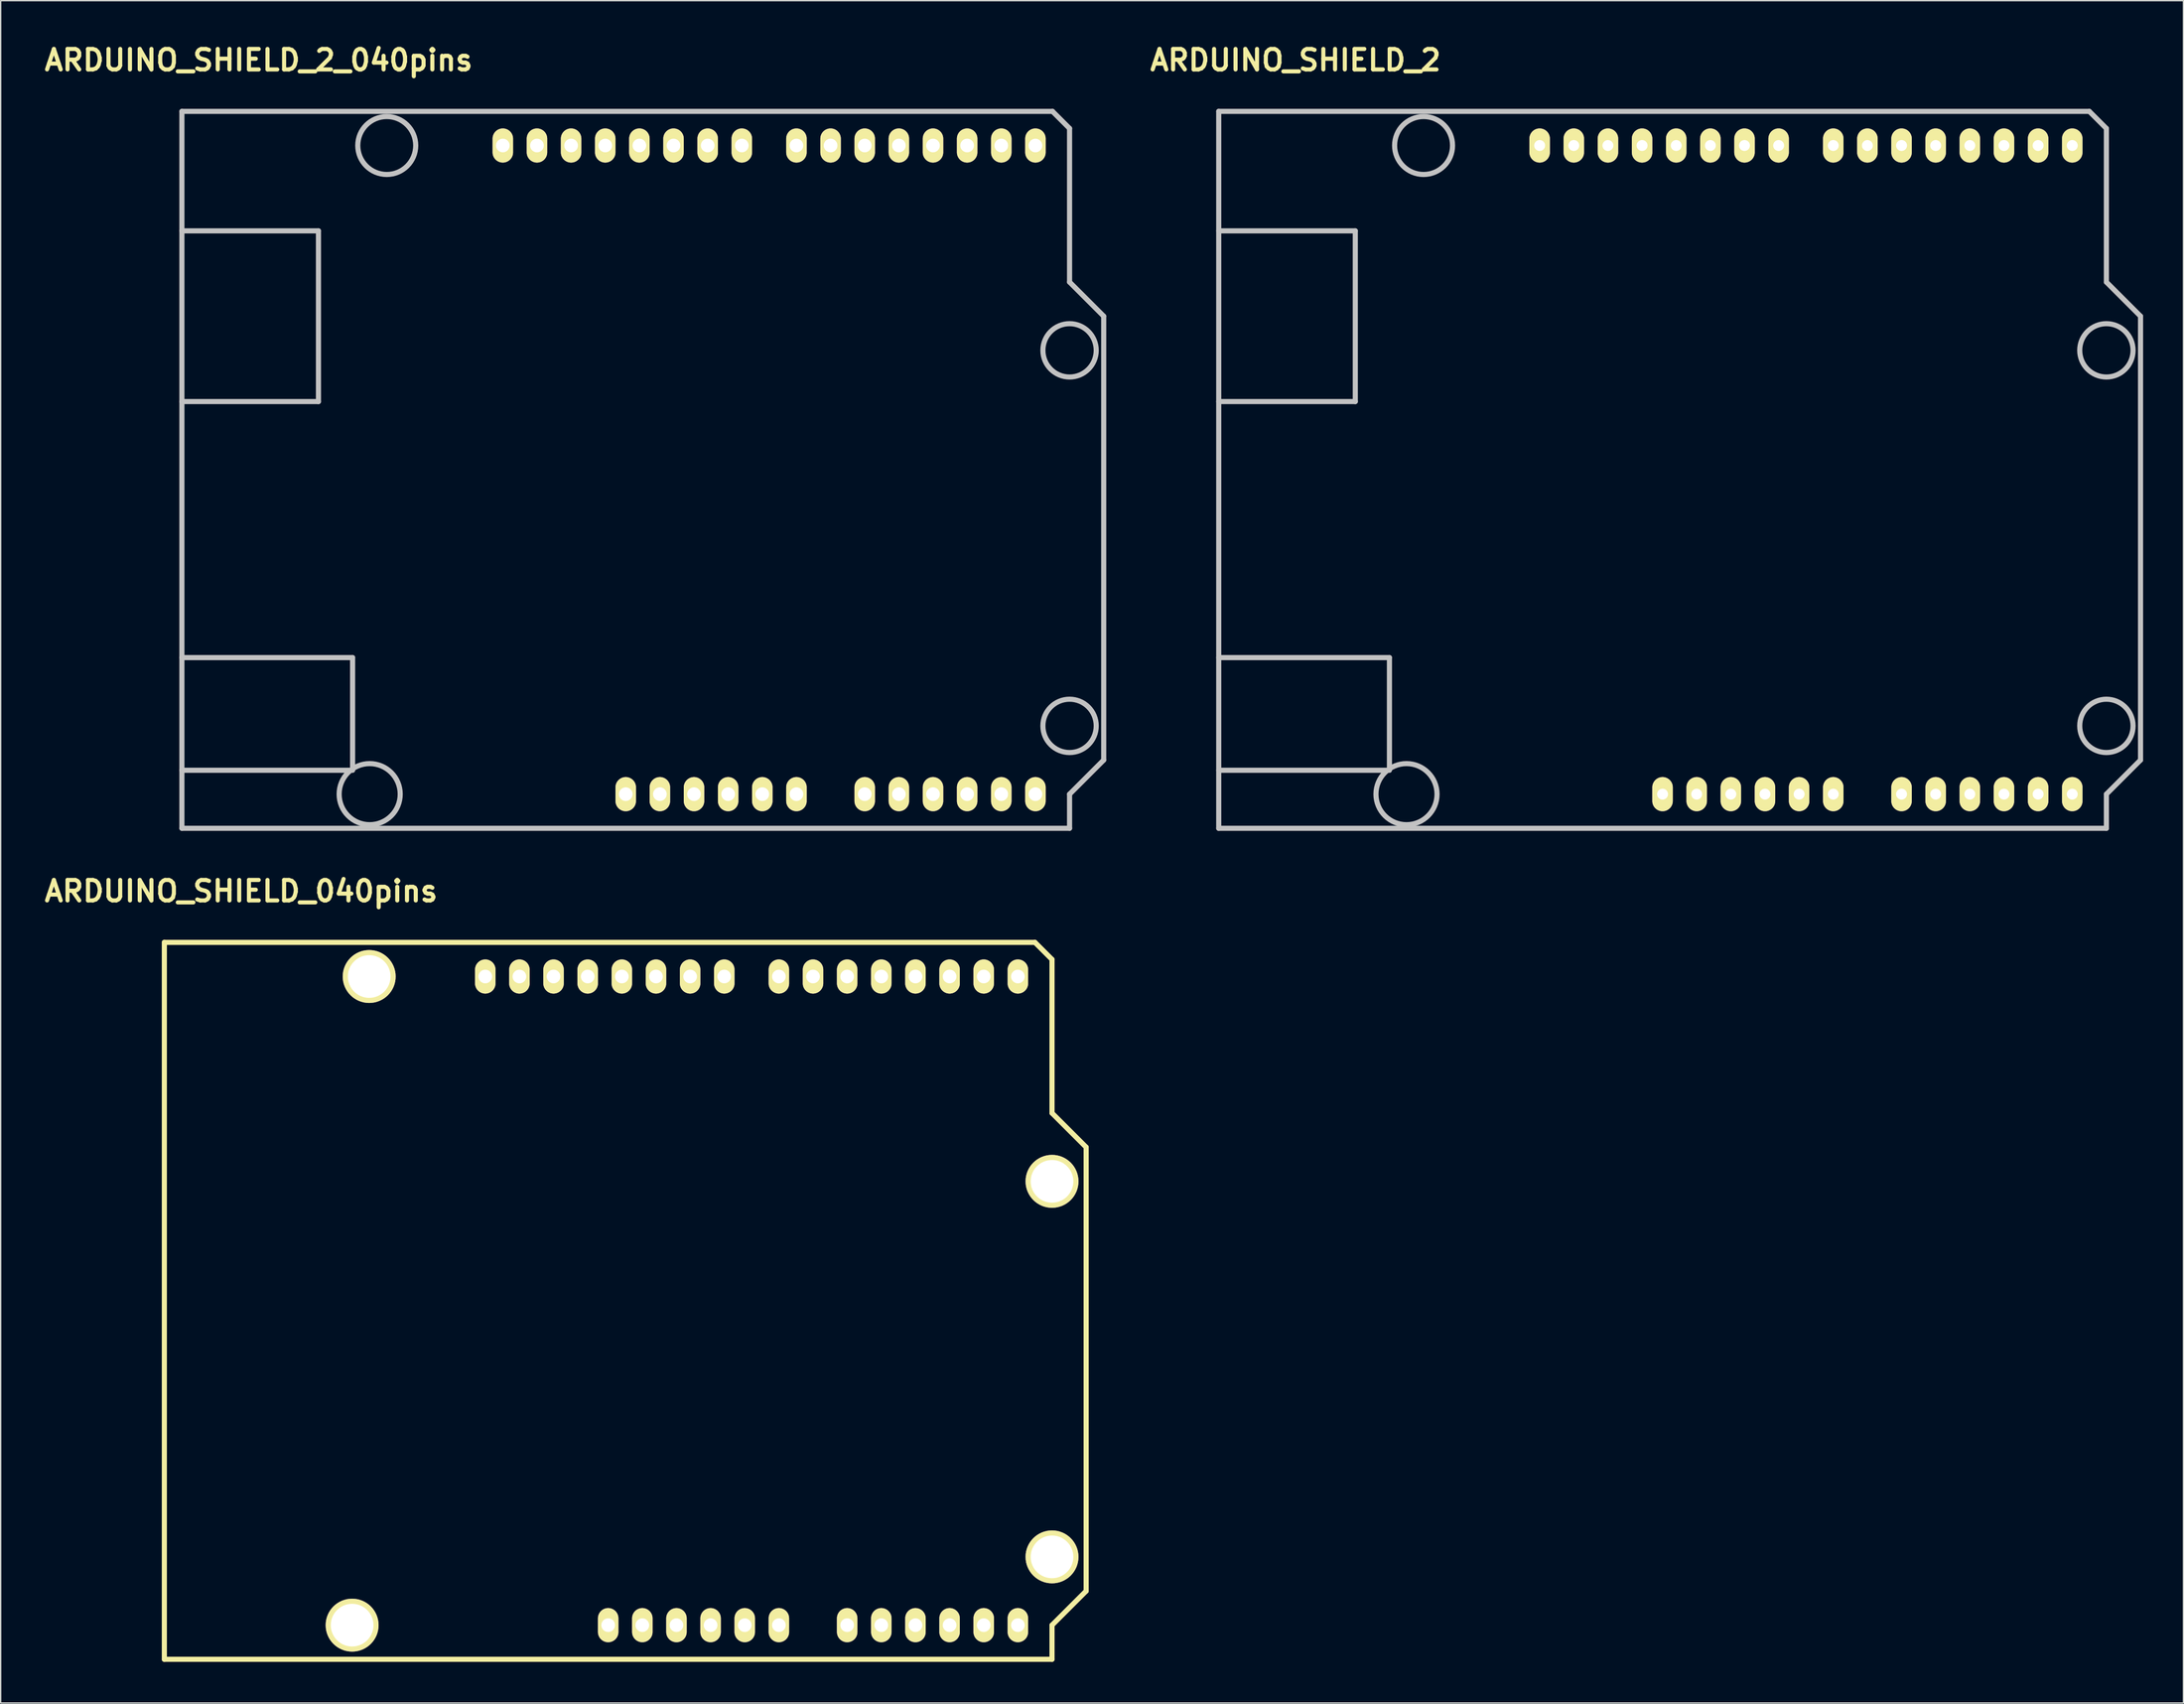
<source format=kicad_pcb>
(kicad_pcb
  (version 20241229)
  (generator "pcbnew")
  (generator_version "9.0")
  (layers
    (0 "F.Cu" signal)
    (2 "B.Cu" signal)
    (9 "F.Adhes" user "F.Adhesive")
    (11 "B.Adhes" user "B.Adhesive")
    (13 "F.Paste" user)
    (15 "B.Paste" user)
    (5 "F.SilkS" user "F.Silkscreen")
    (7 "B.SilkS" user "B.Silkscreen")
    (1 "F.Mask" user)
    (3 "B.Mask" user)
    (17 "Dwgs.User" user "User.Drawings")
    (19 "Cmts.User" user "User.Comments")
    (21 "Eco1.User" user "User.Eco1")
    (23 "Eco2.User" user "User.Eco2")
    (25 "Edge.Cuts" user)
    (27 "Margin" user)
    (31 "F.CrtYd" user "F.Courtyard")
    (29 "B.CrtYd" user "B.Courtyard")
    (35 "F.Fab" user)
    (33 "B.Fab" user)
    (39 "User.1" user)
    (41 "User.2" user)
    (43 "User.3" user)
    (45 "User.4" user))
  (footprint "ARDUINO_SHIELD_2_040pins"
    (layer "F.Cu")
    (at 10.483 58.576)
    (property "Reference" "ARDUINO_SHIELD_2_040pins" (at 5.715 -57.15 0) (layer "F.SilkS") (effects (font (size 1.524 1.524) (thickness 0.305))))
    (attr through_hole)
    (fp_line (start 0 -44.45) (end 10.16 -44.45) (stroke (width 0.381) (type solid)) (layer "Dwgs.User"))
    (fp_line (start 0 -12.7) (end 12.7 -12.7) (stroke (width 0.381) (type solid)) (layer "Dwgs.User"))
    (fp_line (start 0 0) (end 0 -53.34) (stroke (width 0.381) (type solid)) (layer "Dwgs.User"))
    (fp_line (start 10.16 -44.45) (end 10.16 -31.75) (stroke (width 0.381) (type solid)) (layer "Dwgs.User"))
    (fp_line (start 10.16 -31.75) (end 0 -31.75) (stroke (width 0.381) (type solid)) (layer "Dwgs.User"))
    (fp_line (start 12.7 -12.7) (end 12.7 -4.572) (stroke (width 0.381) (type solid)) (layer "Dwgs.User"))
    (fp_line (start 12.7 -4.318) (end 0 -4.318) (stroke (width 0.381) (type solid)) (layer "Dwgs.User"))
    (fp_line (start 64.77 -53.34) (end 0 -53.34) (stroke (width 0.381) (type solid)) (layer "Dwgs.User"))
    (fp_line (start 66.04 -52.07) (end 64.77 -53.34) (stroke (width 0.381) (type solid)) (layer "Dwgs.User"))
    (fp_line (start 66.04 -40.64) (end 66.04 -52.07) (stroke (width 0.381) (type solid)) (layer "Dwgs.User"))
    (fp_line (start 66.04 -40.64) (end 68.58 -38.1) (stroke (width 0.381) (type solid)) (layer "Dwgs.User"))
    (fp_line (start 66.04 -2.54) (end 66.04 0) (stroke (width 0.381) (type solid)) (layer "Dwgs.User"))
    (fp_line (start 66.04 0) (end 0 0) (stroke (width 0.381) (type solid)) (layer "Dwgs.User"))
    (fp_line (start 68.58 -38.1) (end 68.58 -5.08) (stroke (width 0.381) (type solid)) (layer "Dwgs.User"))
    (fp_line (start 68.58 -5.08) (end 66.04 -2.54) (stroke (width 0.381) (type solid)) (layer "Dwgs.User"))
    (fp_circle (center 13.97 -2.54) (end 16.002 -1.524) (stroke (width 0.381) (type solid)) (fill no) (layer "Dwgs.User"))
    (fp_circle (center 15.24 -50.8) (end 16.764 -49.276) (stroke (width 0.381) (type solid)) (fill no) (layer "Dwgs.User"))
    (fp_circle (center 66.04 -35.56) (end 67.31 -34.036) (stroke (width 0.381) (type solid)) (fill no) (layer "Dwgs.User"))
    (fp_circle (center 66.04 -7.62) (end 67.31 -6.096) (stroke (width 0.381) (type solid)) (fill no) (layer "Dwgs.User"))
    (pad "0" thru_hole oval (at 63.5 -50.8 90) (size 2.54 1.524) (drill 1.016) (layers "*.Cu" "*.Mask" "F.SilkS"))
    (pad "1" thru_hole oval (at 60.96 -50.8 90) (size 2.54 1.524) (drill 1.016) (layers "*.Cu" "*.Mask" "F.SilkS"))
    (pad "2" thru_hole oval (at 58.42 -50.8 90) (size 2.54 1.524) (drill 1.016) (layers "*.Cu" "*.Mask" "F.SilkS"))
    (pad "3" thru_hole oval (at 55.88 -50.8 90) (size 2.54 1.524) (drill 1.016) (layers "*.Cu" "*.Mask" "F.SilkS"))
    (pad "3V3" thru_hole oval (at 35.56 -2.54 90) (size 2.54 1.524) (drill 1.016) (layers "*.Cu" "*.Mask" "F.SilkS"))
    (pad "4" thru_hole oval (at 53.34 -50.8 90) (size 2.54 1.524) (drill 1.016) (layers "*.Cu" "*.Mask" "F.SilkS"))
    (pad "5" thru_hole oval (at 50.8 -50.8 90) (size 2.54 1.524) (drill 1.016) (layers "*.Cu" "*.Mask" "F.SilkS"))
    (pad "5V" thru_hole oval (at 38.1 -2.54 90) (size 2.54 1.524) (drill 1.016) (layers "*.Cu" "*.Mask" "F.SilkS"))
    (pad "6" thru_hole oval (at 48.26 -50.8 90) (size 2.54 1.524) (drill 1.016) (layers "*.Cu" "*.Mask" "F.SilkS"))
    (pad "7" thru_hole oval (at 45.72 -50.8 90) (size 2.54 1.524) (drill 1.016) (layers "*.Cu" "*.Mask" "F.SilkS"))
    (pad "8" thru_hole oval (at 41.656 -50.8 90) (size 2.54 1.524) (drill 1.016) (layers "*.Cu" "*.Mask" "F.SilkS"))
    (pad "9" thru_hole oval (at 39.116 -50.8 90) (size 2.54 1.524) (drill 1.016) (layers "*.Cu" "*.Mask" "F.SilkS"))
    (pad "10" thru_hole oval (at 36.576 -50.8 90) (size 2.54 1.524) (drill 1.016) (layers "*.Cu" "*.Mask" "F.SilkS"))
    (pad "11" thru_hole oval (at 34.036 -50.8 90) (size 2.54 1.524) (drill 1.016) (layers "*.Cu" "*.Mask" "F.SilkS"))
    (pad "12" thru_hole oval (at 31.496 -50.8 90) (size 2.54 1.524) (drill 1.016) (layers "*.Cu" "*.Mask" "F.SilkS"))
    (pad "13" thru_hole oval (at 28.956 -50.8 90) (size 2.54 1.524) (drill 1.016) (layers "*.Cu" "*.Mask" "F.SilkS"))
    (pad "AD0" thru_hole oval (at 50.8 -2.54 90) (size 2.54 1.524) (drill 1.016) (layers "*.Cu" "*.Mask" "F.SilkS"))
    (pad "AD1" thru_hole oval (at 53.34 -2.54 90) (size 2.54 1.524) (drill 1.016) (layers "*.Cu" "*.Mask" "F.SilkS"))
    (pad "AD2" thru_hole oval (at 55.88 -2.54 90) (size 2.54 1.524) (drill 1.016) (layers "*.Cu" "*.Mask" "F.SilkS"))
    (pad "AD3" thru_hole oval (at 58.42 -2.54 90) (size 2.54 1.524) (drill 1.016) (layers "*.Cu" "*.Mask" "F.SilkS"))
    (pad "AD4" thru_hole oval (at 60.96 -2.54 90) (size 2.54 1.524) (drill 1.016) (layers "*.Cu" "*.Mask" "F.SilkS"))
    (pad "AD5" thru_hole oval (at 63.5 -2.54 90) (size 2.54 1.524) (drill 1.016) (layers "*.Cu" "*.Mask" "F.SilkS"))
    (pad "AREF" thru_hole oval (at 23.876 -50.8 90) (size 2.54 1.524) (drill 1.016) (layers "*.Cu" "*.Mask" "F.SilkS"))
    (pad "GND1" thru_hole oval (at 40.64 -2.54 90) (size 2.54 1.524) (drill 1.016) (layers "*.Cu" "*.Mask" "F.SilkS"))
    (pad "GND2" thru_hole oval (at 43.18 -2.54 90) (size 2.54 1.524) (drill 1.016) (layers "*.Cu" "*.Mask" "F.SilkS"))
    (pad "GND3" thru_hole oval (at 26.416 -50.8 90) (size 2.54 1.524) (drill 1.016) (layers "*.Cu" "*.Mask" "F.SilkS"))
    (pad "RST" thru_hole oval (at 33.02 -2.54 90) (size 2.54 1.524) (drill 1.016) (layers "*.Cu" "*.Mask" "F.SilkS"))
    (pad "V_IN" thru_hole oval (at 45.72 -2.54 90) (size 2.54 1.524) (drill 1.016) (layers "*.Cu" "*.Mask" "F.SilkS")))
  (footprint "ARDUINO_SHIELD_2"
    (layer "F.Cu")
    (at 87.62 58.576)
    (property "Reference" "ARDUINO_SHIELD_2" (at 5.715 -57.15 0) (layer "F.SilkS") (effects (font (size 1.524 1.524) (thickness 0.305))))
    (attr through_hole)
    (fp_line (start 0 -44.45) (end 10.16 -44.45) (stroke (width 0.381) (type solid)) (layer "Dwgs.User"))
    (fp_line (start 0 -12.7) (end 12.7 -12.7) (stroke (width 0.381) (type solid)) (layer "Dwgs.User"))
    (fp_line (start 0 0) (end 0 -53.34) (stroke (width 0.381) (type solid)) (layer "Dwgs.User"))
    (fp_line (start 10.16 -44.45) (end 10.16 -31.75) (stroke (width 0.381) (type solid)) (layer "Dwgs.User"))
    (fp_line (start 10.16 -31.75) (end 0 -31.75) (stroke (width 0.381) (type solid)) (layer "Dwgs.User"))
    (fp_line (start 12.7 -12.7) (end 12.7 -4.572) (stroke (width 0.381) (type solid)) (layer "Dwgs.User"))
    (fp_line (start 12.7 -4.318) (end 0 -4.318) (stroke (width 0.381) (type solid)) (layer "Dwgs.User"))
    (fp_line (start 64.77 -53.34) (end 0 -53.34) (stroke (width 0.381) (type solid)) (layer "Dwgs.User"))
    (fp_line (start 66.04 -52.07) (end 64.77 -53.34) (stroke (width 0.381) (type solid)) (layer "Dwgs.User"))
    (fp_line (start 66.04 -40.64) (end 66.04 -52.07) (stroke (width 0.381) (type solid)) (layer "Dwgs.User"))
    (fp_line (start 66.04 -40.64) (end 68.58 -38.1) (stroke (width 0.381) (type solid)) (layer "Dwgs.User"))
    (fp_line (start 66.04 -2.54) (end 66.04 0) (stroke (width 0.381) (type solid)) (layer "Dwgs.User"))
    (fp_line (start 66.04 0) (end 0 0) (stroke (width 0.381) (type solid)) (layer "Dwgs.User"))
    (fp_line (start 68.58 -38.1) (end 68.58 -5.08) (stroke (width 0.381) (type solid)) (layer "Dwgs.User"))
    (fp_line (start 68.58 -5.08) (end 66.04 -2.54) (stroke (width 0.381) (type solid)) (layer "Dwgs.User"))
    (fp_circle (center 13.97 -2.54) (end 16.002 -1.524) (stroke (width 0.381) (type solid)) (fill no) (layer "Dwgs.User"))
    (fp_circle (center 15.24 -50.8) (end 16.764 -49.276) (stroke (width 0.381) (type solid)) (fill no) (layer "Dwgs.User"))
    (fp_circle (center 66.04 -35.56) (end 67.31 -34.036) (stroke (width 0.381) (type solid)) (fill no) (layer "Dwgs.User"))
    (fp_circle (center 66.04 -7.62) (end 67.31 -6.096) (stroke (width 0.381) (type solid)) (fill no) (layer "Dwgs.User"))
    (pad "0" thru_hole oval (at 63.5 -50.8 90) (size 2.54 1.524) (drill 0.813) (layers "*.Cu" "*.Mask" "F.SilkS"))
    (pad "1" thru_hole oval (at 60.96 -50.8 90) (size 2.54 1.524) (drill 0.813) (layers "*.Cu" "*.Mask" "F.SilkS"))
    (pad "2" thru_hole oval (at 58.42 -50.8 90) (size 2.54 1.524) (drill 0.813) (layers "*.Cu" "*.Mask" "F.SilkS"))
    (pad "3" thru_hole oval (at 55.88 -50.8 90) (size 2.54 1.524) (drill 0.813) (layers "*.Cu" "*.Mask" "F.SilkS"))
    (pad "3V3" thru_hole oval (at 35.56 -2.54 90) (size 2.54 1.524) (drill 0.813) (layers "*.Cu" "*.Mask" "F.SilkS"))
    (pad "4" thru_hole oval (at 53.34 -50.8 90) (size 2.54 1.524) (drill 0.813) (layers "*.Cu" "*.Mask" "F.SilkS"))
    (pad "5" thru_hole oval (at 50.8 -50.8 90) (size 2.54 1.524) (drill 0.813) (layers "*.Cu" "*.Mask" "F.SilkS"))
    (pad "5V" thru_hole oval (at 38.1 -2.54 90) (size 2.54 1.524) (drill 0.813) (layers "*.Cu" "*.Mask" "F.SilkS"))
    (pad "6" thru_hole oval (at 48.26 -50.8 90) (size 2.54 1.524) (drill 0.813) (layers "*.Cu" "*.Mask" "F.SilkS"))
    (pad "7" thru_hole oval (at 45.72 -50.8 90) (size 2.54 1.524) (drill 0.813) (layers "*.Cu" "*.Mask" "F.SilkS"))
    (pad "8" thru_hole oval (at 41.656 -50.8 90) (size 2.54 1.524) (drill 0.813) (layers "*.Cu" "*.Mask" "F.SilkS"))
    (pad "9" thru_hole oval (at 39.116 -50.8 90) (size 2.54 1.524) (drill 0.813) (layers "*.Cu" "*.Mask" "F.SilkS"))
    (pad "10" thru_hole oval (at 36.576 -50.8 90) (size 2.54 1.524) (drill 0.813) (layers "*.Cu" "*.Mask" "F.SilkS"))
    (pad "11" thru_hole oval (at 34.036 -50.8 90) (size 2.54 1.524) (drill 0.813) (layers "*.Cu" "*.Mask" "F.SilkS"))
    (pad "12" thru_hole oval (at 31.496 -50.8 90) (size 2.54 1.524) (drill 0.813) (layers "*.Cu" "*.Mask" "F.SilkS"))
    (pad "13" thru_hole oval (at 28.956 -50.8 90) (size 2.54 1.524) (drill 0.813) (layers "*.Cu" "*.Mask" "F.SilkS"))
    (pad "AD0" thru_hole oval (at 50.8 -2.54 90) (size 2.54 1.524) (drill 0.813) (layers "*.Cu" "*.Mask" "F.SilkS"))
    (pad "AD1" thru_hole oval (at 53.34 -2.54 90) (size 2.54 1.524) (drill 0.813) (layers "*.Cu" "*.Mask" "F.SilkS"))
    (pad "AD2" thru_hole oval (at 55.88 -2.54 90) (size 2.54 1.524) (drill 0.813) (layers "*.Cu" "*.Mask" "F.SilkS"))
    (pad "AD3" thru_hole oval (at 58.42 -2.54 90) (size 2.54 1.524) (drill 0.813) (layers "*.Cu" "*.Mask" "F.SilkS"))
    (pad "AD4" thru_hole oval (at 60.96 -2.54 90) (size 2.54 1.524) (drill 0.813) (layers "*.Cu" "*.Mask" "F.SilkS"))
    (pad "AD5" thru_hole oval (at 63.5 -2.54 90) (size 2.54 1.524) (drill 0.813) (layers "*.Cu" "*.Mask" "F.SilkS"))
    (pad "AREF" thru_hole oval (at 23.876 -50.8 90) (size 2.54 1.524) (drill 0.813) (layers "*.Cu" "*.Mask" "F.SilkS"))
    (pad "GND1" thru_hole oval (at 40.64 -2.54 90) (size 2.54 1.524) (drill 0.813) (layers "*.Cu" "*.Mask" "F.SilkS"))
    (pad "GND2" thru_hole oval (at 43.18 -2.54 90) (size 2.54 1.524) (drill 0.813) (layers "*.Cu" "*.Mask" "F.SilkS"))
    (pad "GND3" thru_hole oval (at 26.416 -50.8 90) (size 2.54 1.524) (drill 0.813) (layers "*.Cu" "*.Mask" "F.SilkS"))
    (pad "RST" thru_hole oval (at 33.02 -2.54 90) (size 2.54 1.524) (drill 0.813) (layers "*.Cu" "*.Mask" "F.SilkS"))
    (pad "V_IN" thru_hole oval (at 45.72 -2.54 90) (size 2.54 1.524) (drill 0.813) (layers "*.Cu" "*.Mask" "F.SilkS")))
  (footprint "ARDUINO_SHIELD_040pins"
    (layer "F.Cu")
    (at 9.177 120.403)
    (property "Reference" "ARDUINO_SHIELD_040pins" (at 5.715 -57.15 0) (layer "F.SilkS") (effects (font (size 1.524 1.524) (thickness 0.305))))
    (attr through_hole)
    (fp_line (start 0 0) (end 0 -53.34) (stroke (width 0.381) (type solid)) (layer "F.SilkS"))
    (fp_line (start 64.77 -53.34) (end 0 -53.34) (stroke (width 0.381) (type solid)) (layer "F.SilkS"))
    (fp_line (start 66.04 -52.07) (end 64.77 -53.34) (stroke (width 0.381) (type solid)) (layer "F.SilkS"))
    (fp_line (start 66.04 -40.64) (end 66.04 -52.07) (stroke (width 0.381) (type solid)) (layer "F.SilkS"))
    (fp_line (start 66.04 -40.64) (end 68.58 -38.1) (stroke (width 0.381) (type solid)) (layer "F.SilkS"))
    (fp_line (start 66.04 -2.54) (end 66.04 0) (stroke (width 0.381) (type solid)) (layer "F.SilkS"))
    (fp_line (start 66.04 0) (end 0 0) (stroke (width 0.381) (type solid)) (layer "F.SilkS"))
    (fp_line (start 68.58 -38.1) (end 68.58 -5.08) (stroke (width 0.381) (type solid)) (layer "F.SilkS"))
    (fp_line (start 68.58 -5.08) (end 66.04 -2.54) (stroke (width 0.381) (type solid)) (layer "F.SilkS"))
    (pad "" thru_hole circle (at 13.97 -2.54 90) (size 3.937 3.937) (drill 3.175) (layers "*.Cu" "*.Mask" "F.SilkS"))
    (pad "" thru_hole circle (at 15.24 -50.8 90) (size 3.937 3.937) (drill 3.175) (layers "*.Cu" "*.Mask" "F.SilkS"))
    (pad "" thru_hole circle (at 66.04 -35.56 90) (size 3.937 3.937) (drill 3.175) (layers "*.Cu" "*.Mask" "F.SilkS"))
    (pad "" thru_hole circle (at 66.04 -7.62 90) (size 3.937 3.937) (drill 3.175) (layers "*.Cu" "*.Mask" "F.SilkS"))
    (pad "0" thru_hole oval (at 63.5 -50.8 90) (size 2.54 1.524) (drill 1.016) (layers "*.Cu" "*.Mask" "F.SilkS"))
    (pad "1" thru_hole oval (at 60.96 -50.8 90) (size 2.54 1.524) (drill 1.016) (layers "*.Cu" "*.Mask" "F.SilkS"))
    (pad "2" thru_hole oval (at 58.42 -50.8 90) (size 2.54 1.524) (drill 1.016) (layers "*.Cu" "*.Mask" "F.SilkS"))
    (pad "3" thru_hole oval (at 55.88 -50.8 90) (size 2.54 1.524) (drill 1.016) (layers "*.Cu" "*.Mask" "F.SilkS"))
    (pad "3V3" thru_hole oval (at 35.56 -2.54 90) (size 2.54 1.524) (drill 1.016) (layers "*.Cu" "*.Mask" "F.SilkS"))
    (pad "4" thru_hole oval (at 53.34 -50.8 90) (size 2.54 1.524) (drill 1.016) (layers "*.Cu" "*.Mask" "F.SilkS"))
    (pad "5" thru_hole oval (at 50.8 -50.8 90) (size 2.54 1.524) (drill 1.016) (layers "*.Cu" "*.Mask" "F.SilkS"))
    (pad "5V" thru_hole oval (at 38.1 -2.54 90) (size 2.54 1.524) (drill 1.016) (layers "*.Cu" "*.Mask" "F.SilkS"))
    (pad "6" thru_hole oval (at 48.26 -50.8 90) (size 2.54 1.524) (drill 1.016) (layers "*.Cu" "*.Mask" "F.SilkS"))
    (pad "7" thru_hole oval (at 45.72 -50.8 90) (size 2.54 1.524) (drill 1.016) (layers "*.Cu" "*.Mask" "F.SilkS"))
    (pad "8" thru_hole oval (at 41.656 -50.8 90) (size 2.54 1.524) (drill 1.016) (layers "*.Cu" "*.Mask" "F.SilkS"))
    (pad "9" thru_hole oval (at 39.116 -50.8 90) (size 2.54 1.524) (drill 1.016) (layers "*.Cu" "*.Mask" "F.SilkS"))
    (pad "10" thru_hole oval (at 36.576 -50.8 90) (size 2.54 1.524) (drill 1.016) (layers "*.Cu" "*.Mask" "F.SilkS"))
    (pad "11" thru_hole oval (at 34.036 -50.8 90) (size 2.54 1.524) (drill 1.016) (layers "*.Cu" "*.Mask" "F.SilkS"))
    (pad "12" thru_hole oval (at 31.496 -50.8 90) (size 2.54 1.524) (drill 1.016) (layers "*.Cu" "*.Mask" "F.SilkS"))
    (pad "13" thru_hole oval (at 28.956 -50.8 90) (size 2.54 1.524) (drill 1.016) (layers "*.Cu" "*.Mask" "F.SilkS"))
    (pad "AD0" thru_hole oval (at 50.8 -2.54 90) (size 2.54 1.524) (drill 1.016) (layers "*.Cu" "*.Mask" "F.SilkS"))
    (pad "AD1" thru_hole oval (at 53.34 -2.54 90) (size 2.54 1.524) (drill 1.016) (layers "*.Cu" "*.Mask" "F.SilkS"))
    (pad "AD2" thru_hole oval (at 55.88 -2.54 90) (size 2.54 1.524) (drill 1.016) (layers "*.Cu" "*.Mask" "F.SilkS"))
    (pad "AD3" thru_hole oval (at 58.42 -2.54 90) (size 2.54 1.524) (drill 1.016) (layers "*.Cu" "*.Mask" "F.SilkS"))
    (pad "AD4" thru_hole oval (at 60.96 -2.54 90) (size 2.54 1.524) (drill 1.016) (layers "*.Cu" "*.Mask" "F.SilkS"))
    (pad "AD5" thru_hole oval (at 63.5 -2.54 90) (size 2.54 1.524) (drill 1.016) (layers "*.Cu" "*.Mask" "F.SilkS"))
    (pad "AREF" thru_hole oval (at 23.876 -50.8 90) (size 2.54 1.524) (drill 1.016) (layers "*.Cu" "*.Mask" "F.SilkS"))
    (pad "GND1" thru_hole oval (at 40.64 -2.54 90) (size 2.54 1.524) (drill 1.016) (layers "*.Cu" "*.Mask" "F.SilkS"))
    (pad "GND2" thru_hole oval (at 43.18 -2.54 90) (size 2.54 1.524) (drill 1.016) (layers "*.Cu" "*.Mask" "F.SilkS"))
    (pad "GND3" thru_hole oval (at 26.416 -50.8 90) (size 2.54 1.524) (drill 1.016) (layers "*.Cu" "*.Mask" "F.SilkS"))
    (pad "RST" thru_hole oval (at 33.02 -2.54 90) (size 2.54 1.524) (drill 1.016) (layers "*.Cu" "*.Mask" "F.SilkS"))
    (pad "V_IN" thru_hole oval (at 45.72 -2.54 90) (size 2.54 1.524) (drill 1.016) (layers "*.Cu" "*.Mask" "F.SilkS")))
  (gr_rect
    (start -3 -3)
    (end 159.391 123.653)
    (stroke (width 0.1) (type default))
    (fill no)
    (layer "Edge.Cuts")))
</source>
